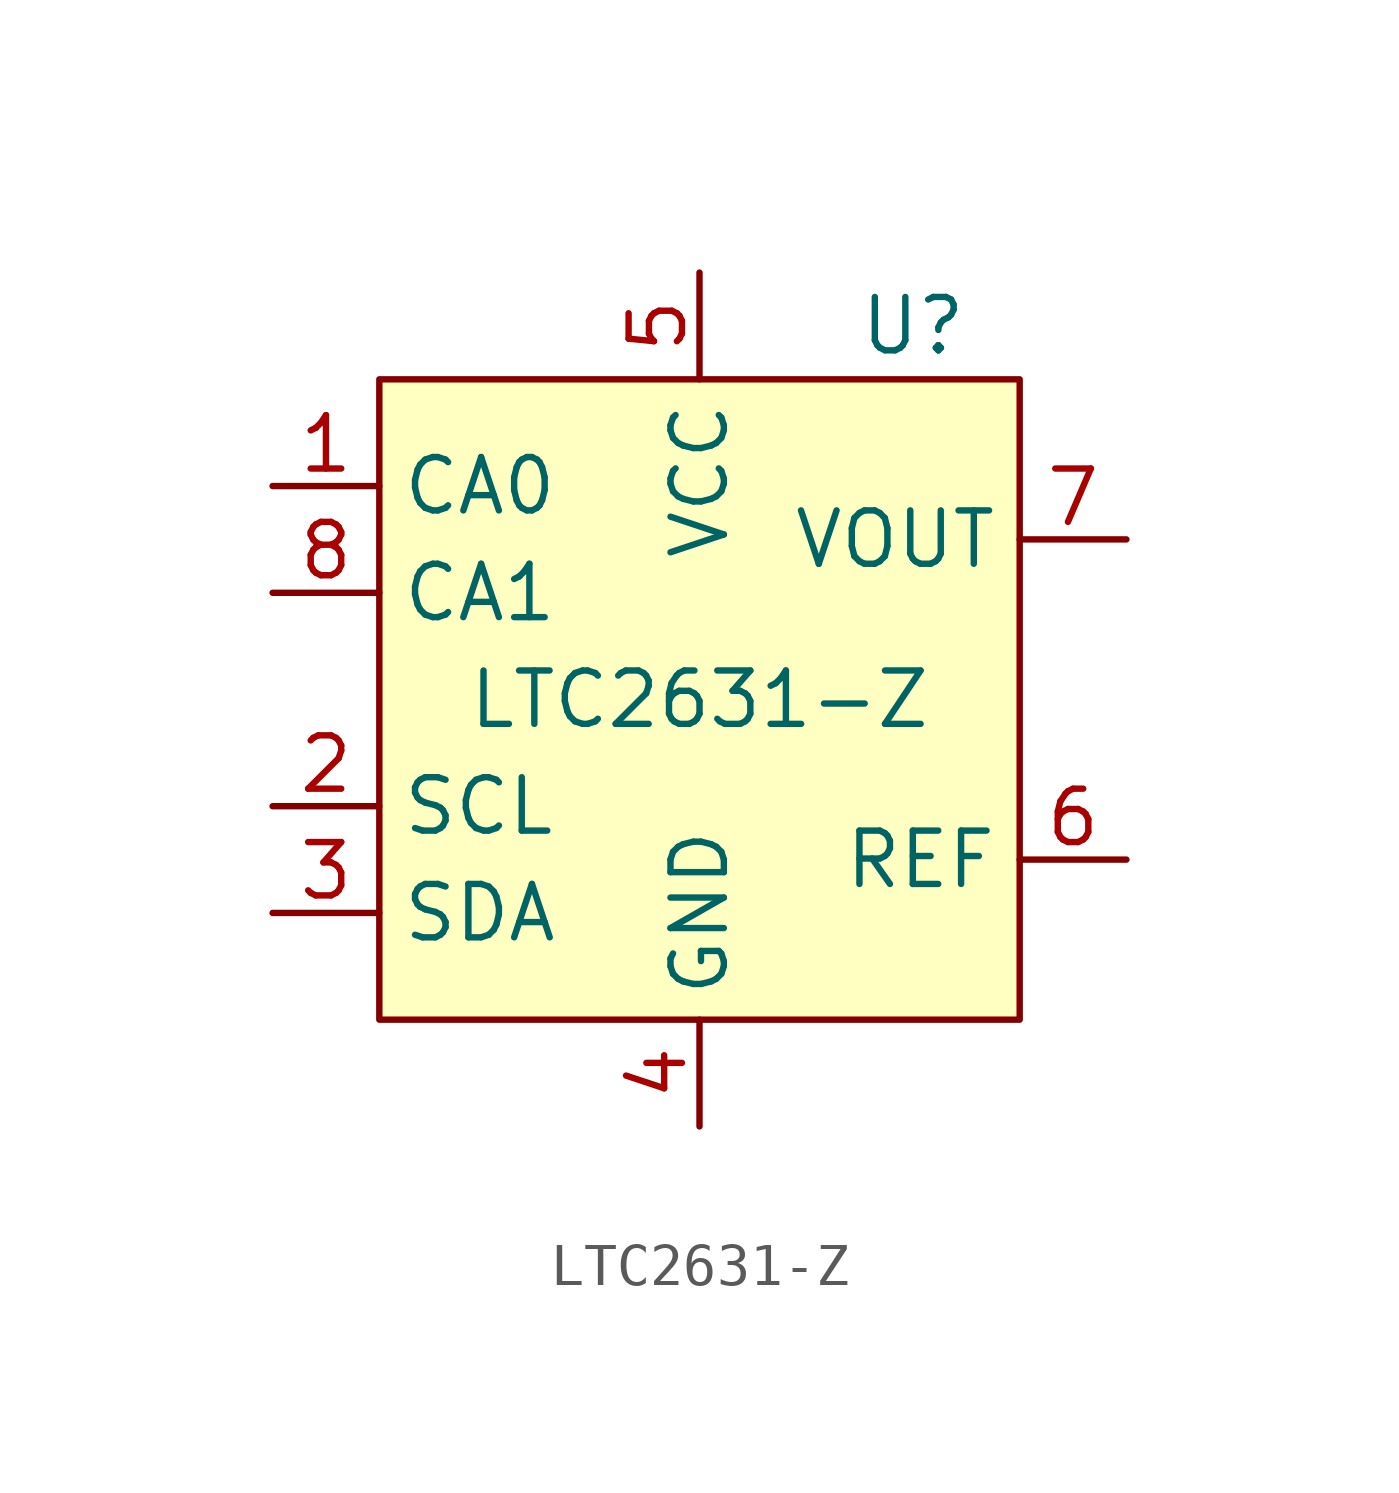
<source format=kicad_sym>
(kicad_symbol_lib
  (version 20211014)
  (generator kicad_symbol_editor)
  (symbol "LTC2631-Z"
    (property "Reference" "U"
      (at 5.08 8.89 0)
      (effects (font (size 1.27 1.27))))
    (property "Value" "LTC2631-Z"
      (at 0 0 0)
      (effects (font (size 1.27 1.27))))
    (symbol "LTC2631-Z_0_1"
      (rectangle (start -7.62 7.62) (end 7.62 -7.62) (stroke (width 0) (type default) (color 0 0 0 0)) (fill (type background))))
    (symbol "LTC2631-Z_1_1"
      (pin input line (at -10.16 5.08 0) (length 2.54) (name "CA0" (effects (font (size 1.27 1.27)))) (number "1" (effects (font (size 1.27 1.27)))))
      (pin input line (at -10.16 -2.54 0) (length 2.54) (name "SCL" (effects (font (size 1.27 1.27)))) (number "2" (effects (font (size 1.27 1.27)))))
      (pin input line (at -10.16 -5.08 0) (length 2.54) (name "SDA" (effects (font (size 1.27 1.27)))) (number "3" (effects (font (size 1.27 1.27)))))
      (pin passive line (at 0 -10.16 90) (length 2.54) (name "GND" (effects (font (size 1.27 1.27)))) (number "4" (effects (font (size 1.27 1.27)))))
      (pin power_in line (at 0 10.16 270) (length 2.54) (name "VCC" (effects (font (size 1.27 1.27)))) (number "5" (effects (font (size 1.27 1.27)))))
      (pin input line (at 10.16 -3.81 180) (length 2.54) (name "REF" (effects (font (size 1.27 1.27)))) (number "6" (effects (font (size 1.27 1.27)))))
      (pin output line (at 10.16 3.81 180) (length 2.54) (name "VOUT" (effects (font (size 1.27 1.27)))) (number "7" (effects (font (size 1.27 1.27)))))
      (pin input line (at -10.16 2.54 0) (length 2.54) (name "CA1" (effects (font (size 1.27 1.27)))) (number "8" (effects (font (size 1.27 1.27))))))))
</source>
